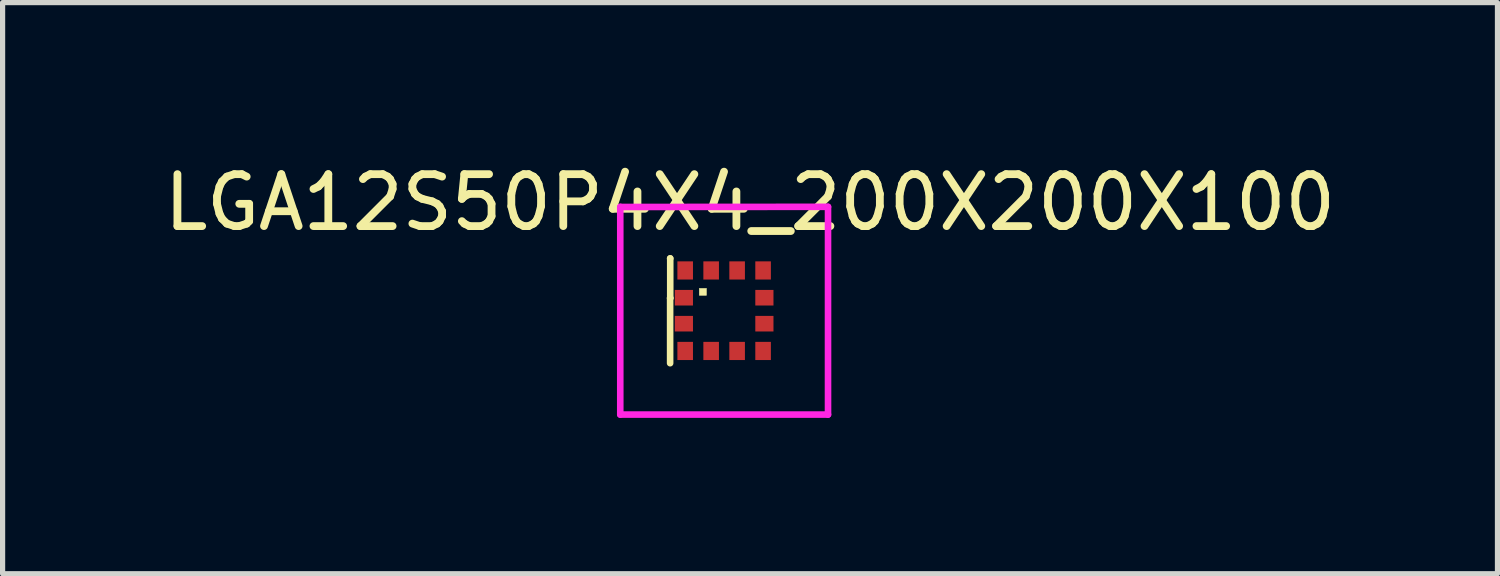
<source format=kicad_pcb>
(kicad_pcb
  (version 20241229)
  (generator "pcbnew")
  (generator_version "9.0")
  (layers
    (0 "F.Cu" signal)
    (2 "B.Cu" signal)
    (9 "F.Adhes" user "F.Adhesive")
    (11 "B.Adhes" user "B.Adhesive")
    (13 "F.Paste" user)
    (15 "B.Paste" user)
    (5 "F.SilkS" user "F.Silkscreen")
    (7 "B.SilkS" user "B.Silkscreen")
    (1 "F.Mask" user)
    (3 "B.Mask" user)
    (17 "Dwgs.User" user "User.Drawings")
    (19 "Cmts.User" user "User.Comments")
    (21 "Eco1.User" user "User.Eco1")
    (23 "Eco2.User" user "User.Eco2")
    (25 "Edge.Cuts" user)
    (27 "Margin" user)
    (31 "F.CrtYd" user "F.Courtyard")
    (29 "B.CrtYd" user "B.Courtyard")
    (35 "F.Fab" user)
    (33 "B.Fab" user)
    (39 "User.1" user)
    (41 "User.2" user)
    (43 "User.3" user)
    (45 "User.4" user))
  (footprint "LGA12S50P4X4_200X200X100"
    (layer "F.Cu")
    (at 10.892 2.932)
    (property "Reference" "LGA12S50P4X4_200X200X100" (at 0.498 -2.084 0) (layer "F.SilkS") (effects (font (size 1 1) (thickness 0.15))))
    (attr smd)
    (fp_line (start -1.04 -1.007) (end -1.038 -1.007) (stroke (width 0.127) (type solid)) (layer "F.SilkS"))
    (fp_line (start -1.04 -0.243) (end -1.04 1.011) (stroke (width 0.127) (type solid)) (layer "F.SilkS"))
    (fp_line (start -1.038 -1.007) (end -1.038 -0.243) (stroke (width 0.127) (type solid)) (layer "F.SilkS"))
    (fp_line (start -1.038 -0.243) (end -1.04 -0.243) (stroke (width 0.127) (type solid)) (layer "F.SilkS"))
    (fp_poly (pts (xy -0.478 -0.43) (xy -0.341 -0.43) (xy -0.341 -0.297) (xy -0.478 -0.297)) (stroke (width 0.01) (type solid)) (fill yes) (layer "F.SilkS"))
    (fp_line (start -2 2) (end -2 -2) (stroke (width 0.127) (type solid)) (layer "F.CrtYd"))
    (fp_line (start -1.996 -1.997) (end 2 -2) (stroke (width 0.127) (type solid)) (layer "F.CrtYd"))
    (fp_line (start 2 -2) (end 2 2) (stroke (width 0.127) (type solid)) (layer "F.CrtYd"))
    (fp_line (start 2 2) (end -2 2) (stroke (width 0.127) (type solid)) (layer "F.CrtYd"))
    (pad "1" smd rect (at -0.75 -0.775 180) (size 0.3 0.35) (layers "F.Cu" "F.Mask" "F.Paste"))
    (pad "2" smd rect (at -0.775 -0.25 270) (size 0.3 0.35) (layers "F.Cu" "F.Mask" "F.Paste"))
    (pad "3" smd rect (at -0.775 0.25 270) (size 0.3 0.35) (layers "F.Cu" "F.Mask" "F.Paste"))
    (pad "4" smd rect (at -0.75 0.775) (size 0.3 0.35) (layers "F.Cu" "F.Mask" "F.Paste"))
    (pad "5" smd rect (at -0.25 0.775) (size 0.3 0.35) (layers "F.Cu" "F.Mask" "F.Paste"))
    (pad "6" smd rect (at 0.25 0.775) (size 0.3 0.35) (layers "F.Cu" "F.Mask" "F.Paste"))
    (pad "7" smd rect (at 0.75 0.775) (size 0.3 0.35) (layers "F.Cu" "F.Mask" "F.Paste"))
    (pad "8" smd rect (at 0.775 0.25 90) (size 0.3 0.35) (layers "F.Cu" "F.Mask" "F.Paste"))
    (pad "9" smd rect (at 0.775 -0.25 90) (size 0.3 0.35) (layers "F.Cu" "F.Mask" "F.Paste"))
    (pad "10" smd rect (at 0.75 -0.775 180) (size 0.3 0.35) (layers "F.Cu" "F.Mask" "F.Paste"))
    (pad "11" smd rect (at 0.25 -0.775 180) (size 0.3 0.35) (layers "F.Cu" "F.Mask" "F.Paste"))
    (pad "12" smd rect (at -0.25 -0.775 180) (size 0.3 0.35) (layers "F.Cu" "F.Mask" "F.Paste")))
  (gr_rect
    (start -3 -3)
    (end 25.781 7.996)
    (stroke (width 0.1) (type default))
    (fill no)
    (layer "Edge.Cuts")))
</source>
